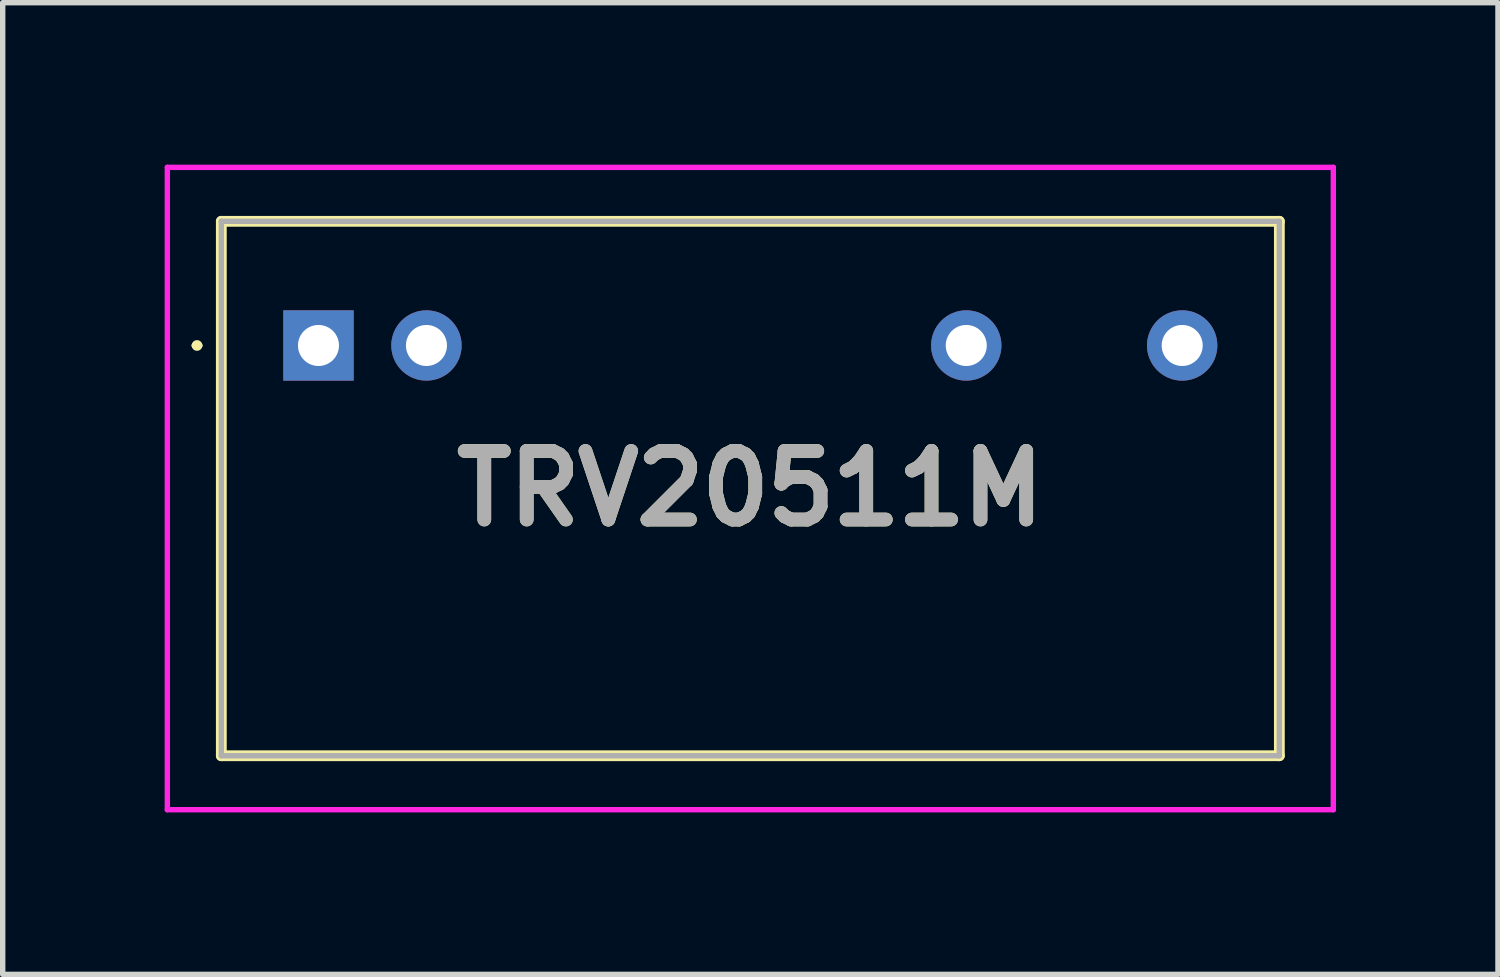
<source format=kicad_pcb>
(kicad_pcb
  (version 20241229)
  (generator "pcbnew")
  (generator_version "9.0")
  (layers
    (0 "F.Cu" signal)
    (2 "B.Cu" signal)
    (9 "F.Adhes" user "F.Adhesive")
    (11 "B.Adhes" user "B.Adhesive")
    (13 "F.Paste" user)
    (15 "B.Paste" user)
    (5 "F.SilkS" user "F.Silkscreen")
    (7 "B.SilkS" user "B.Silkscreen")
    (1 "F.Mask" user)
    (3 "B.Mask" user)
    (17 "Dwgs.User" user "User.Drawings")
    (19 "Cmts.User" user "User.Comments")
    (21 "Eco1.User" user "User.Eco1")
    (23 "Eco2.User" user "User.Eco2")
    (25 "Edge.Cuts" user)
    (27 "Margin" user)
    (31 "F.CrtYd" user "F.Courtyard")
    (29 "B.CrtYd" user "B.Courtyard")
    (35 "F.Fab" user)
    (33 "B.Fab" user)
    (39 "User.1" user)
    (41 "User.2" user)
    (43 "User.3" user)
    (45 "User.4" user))
  (footprint "TRV20511M"
    (layer "F.Cu")
    (at 2.85 3.35)
    (property "Reference" "TRV20511M" (at 8 2.65 0) (layer "F.SilkS") (effects (font (size 1.27 1.27) (thickness 0.254))))
    (attr through_hole)
    (fp_line (start -2.3 0) (end -2.3 0) (stroke (width 0.1) (type solid)) (layer "F.SilkS"))
    (fp_line (start -2.2 0) (end -2.2 0) (stroke (width 0.1) (type solid)) (layer "F.SilkS"))
    (fp_line (start -1.8 -2.3) (end -1.8 7.6) (stroke (width 0.2) (type solid)) (layer "F.SilkS"))
    (fp_line (start -1.8 7.6) (end 17.8 7.6) (stroke (width 0.2) (type solid)) (layer "F.SilkS"))
    (fp_line (start 17.8 -2.3) (end -1.8 -2.3) (stroke (width 0.2) (type solid)) (layer "F.SilkS"))
    (fp_line (start 17.8 7.6) (end 17.8 -2.3) (stroke (width 0.2) (type solid)) (layer "F.SilkS"))
    (fp_arc (start -2.3 0) (mid -2.25 -0.05) (end -2.2 0) (stroke (width 0.1) (type solid)) (layer "F.SilkS"))
    (fp_arc (start -2.2 0) (mid -2.25 0.05) (end -2.3 0) (stroke (width 0.1) (type solid)) (layer "F.SilkS"))
    (fp_line (start -2.8 -3.3) (end -2.8 8.6) (stroke (width 0.1) (type solid)) (layer "F.CrtYd"))
    (fp_line (start -2.8 8.6) (end 18.8 8.6) (stroke (width 0.1) (type solid)) (layer "F.CrtYd"))
    (fp_line (start 18.8 -3.3) (end -2.8 -3.3) (stroke (width 0.1) (type solid)) (layer "F.CrtYd"))
    (fp_line (start 18.8 8.6) (end 18.8 -3.3) (stroke (width 0.1) (type solid)) (layer "F.CrtYd"))
    (fp_line (start -1.8 -2.3) (end -1.8 7.6) (stroke (width 0.1) (type solid)) (layer "F.Fab"))
    (fp_line (start -1.8 7.6) (end 17.8 7.6) (stroke (width 0.1) (type solid)) (layer "F.Fab"))
    (fp_line (start 17.8 -2.3) (end -1.8 -2.3) (stroke (width 0.1) (type solid)) (layer "F.Fab"))
    (fp_line (start 17.8 7.6) (end 17.8 -2.3) (stroke (width 0.1) (type solid)) (layer "F.Fab"))
    (fp_text user "${REFERENCE}" (at 8 2.65 0) (layer "F.Fab") (effects (font (size 1.27 1.27) (thickness 0.254))))
    (pad "1" thru_hole rect (at 0 0) (size 1.303 1.303) (drill 0.76) (layers "*.Cu" "*.Mask"))
    (pad "2" thru_hole circle (at 2 0) (size 1.303 1.303) (drill 0.76) (layers "*.Cu" "*.Mask"))
    (pad "7" thru_hole circle (at 12 0) (size 1.303 1.303) (drill 0.76) (layers "*.Cu" "*.Mask"))
    (pad "9" thru_hole circle (at 16 0) (size 1.303 1.303) (drill 0.76) (layers "*.Cu" "*.Mask")))
  (gr_rect
    (start -3 -3)
    (end 24.7 15)
    (stroke (width 0.1) (type default))
    (fill no)
    (layer "Edge.Cuts")))
</source>
